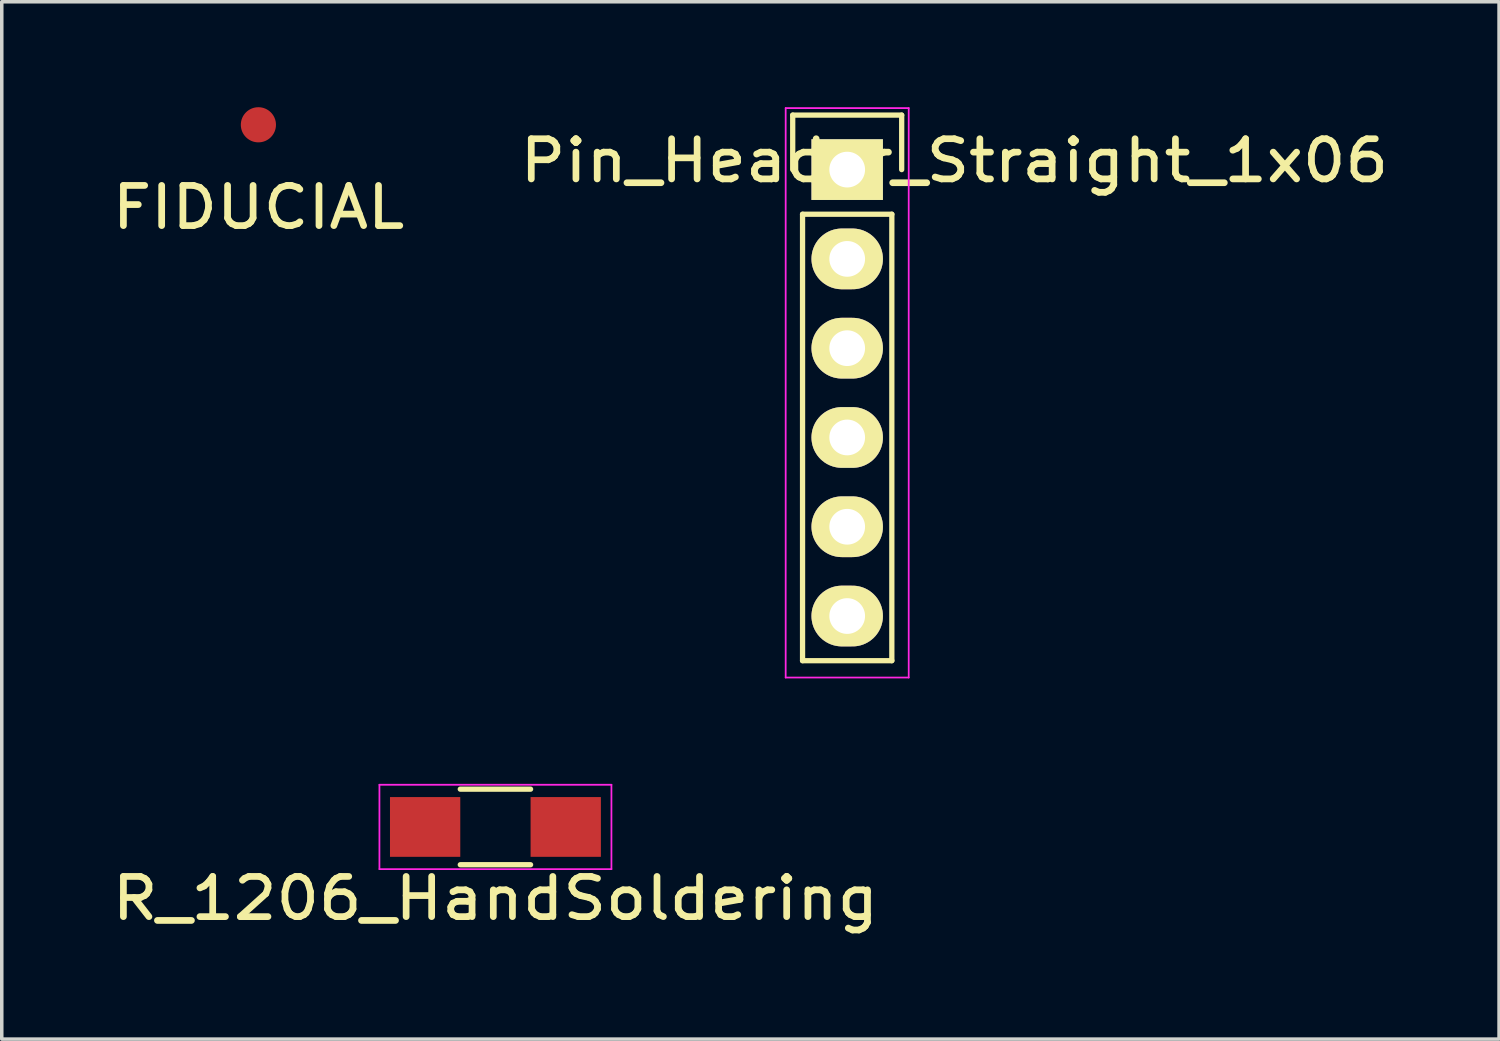
<source format=kicad_pcb>
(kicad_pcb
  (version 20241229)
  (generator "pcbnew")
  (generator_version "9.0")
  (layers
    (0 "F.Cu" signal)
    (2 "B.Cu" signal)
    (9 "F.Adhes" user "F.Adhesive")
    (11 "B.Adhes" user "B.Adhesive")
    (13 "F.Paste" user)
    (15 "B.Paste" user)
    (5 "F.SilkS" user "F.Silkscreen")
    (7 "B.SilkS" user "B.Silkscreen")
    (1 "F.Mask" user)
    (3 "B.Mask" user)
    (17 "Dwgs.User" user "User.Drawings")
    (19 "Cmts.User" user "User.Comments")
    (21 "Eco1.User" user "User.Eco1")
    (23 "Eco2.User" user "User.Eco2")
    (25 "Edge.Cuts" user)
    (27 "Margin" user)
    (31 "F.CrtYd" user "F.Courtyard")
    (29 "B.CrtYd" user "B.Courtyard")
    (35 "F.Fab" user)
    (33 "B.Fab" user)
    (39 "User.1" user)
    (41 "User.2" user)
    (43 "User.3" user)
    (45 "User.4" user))
  (footprint "FIDUCIAL"
    (layer "F.Cu")
    (at 4.301 0.5)
    (property "Reference" "FIDUCIAL" (at 0 2.349 0) (layer "F.SilkS") (effects (font (size 1.143 1.27) (thickness 0.191))))
    (attr through_hole)
    (pad "1" smd circle (at 0 0) (size 1 1) (layers "F.Cu" "F.Mask")))
  (footprint "Pin_Header_Straight_1x06"
    (layer "F.Cu")
    (at 21.051 1.775)
    (property "Reference" "Pin_Header_Straight_1x06" (at 3.048 -0.254 0) (layer "F.SilkS") (effects (font (size 1.143 1.27) (thickness 0.191))))
    (attr through_hole)
    (fp_line (start -1.55 -1.55) (end 1.55 -1.55) (stroke (width 0.15) (type solid)) (layer "F.SilkS"))
    (fp_line (start -1.55 0) (end -1.55 -1.55) (stroke (width 0.15) (type solid)) (layer "F.SilkS"))
    (fp_line (start -1.27 13.97) (end -1.27 1.27) (stroke (width 0.15) (type solid)) (layer "F.SilkS"))
    (fp_line (start 1.27 1.27) (end -1.27 1.27) (stroke (width 0.15) (type solid)) (layer "F.SilkS"))
    (fp_line (start 1.27 1.27) (end 1.27 13.97) (stroke (width 0.15) (type solid)) (layer "F.SilkS"))
    (fp_line (start 1.27 13.97) (end -1.27 13.97) (stroke (width 0.15) (type solid)) (layer "F.SilkS"))
    (fp_line (start 1.55 -1.55) (end 1.55 0) (stroke (width 0.15) (type solid)) (layer "F.SilkS"))
    (fp_line (start -1.75 -1.75) (end -1.75 14.45) (stroke (width 0.05) (type solid)) (layer "F.CrtYd"))
    (fp_line (start -1.75 -1.75) (end 1.75 -1.75) (stroke (width 0.05) (type solid)) (layer "F.CrtYd"))
    (fp_line (start -1.75 14.45) (end 1.75 14.45) (stroke (width 0.05) (type solid)) (layer "F.CrtYd"))
    (fp_line (start 1.75 -1.75) (end 1.75 14.45) (stroke (width 0.05) (type solid)) (layer "F.CrtYd"))
    (pad "1" thru_hole rect (at 0 0) (size 2.032 1.727) (drill 1.016) (layers "*.Cu" "*.Mask" "F.SilkS"))
    (pad "2" thru_hole oval (at 0 2.54) (size 2.032 1.727) (drill 1.016) (layers "*.Cu" "*.Mask" "F.SilkS"))
    (pad "3" thru_hole oval (at 0 5.08) (size 2.032 1.727) (drill 1.016) (layers "*.Cu" "*.Mask" "F.SilkS"))
    (pad "4" thru_hole oval (at 0 7.62) (size 2.032 1.727) (drill 1.016) (layers "*.Cu" "*.Mask" "F.SilkS"))
    (pad "5" thru_hole oval (at 0 10.16) (size 2.032 1.727) (drill 1.016) (layers "*.Cu" "*.Mask" "F.SilkS"))
    (pad "6" thru_hole oval (at 0 12.7) (size 2.032 1.727) (drill 1.016) (layers "*.Cu" "*.Mask" "F.SilkS")))
  (footprint "R_1206_HandSoldering"
    (layer "F.Cu")
    (at 11.044 20.475)
    (property "Reference" "R_1206_HandSoldering" (at 0 2.032 180) (layer "F.SilkS") (effects (font (size 1.143 1.27) (thickness 0.191))))
    (attr smd)
    (fp_line (start -1 -1.075) (end 1 -1.075) (stroke (width 0.15) (type solid)) (layer "F.SilkS"))
    (fp_line (start 1 1.075) (end -1 1.075) (stroke (width 0.15) (type solid)) (layer "F.SilkS"))
    (fp_line (start -3.3 -1.2) (end -3.3 1.2) (stroke (width 0.05) (type solid)) (layer "F.CrtYd"))
    (fp_line (start -3.3 -1.2) (end 3.3 -1.2) (stroke (width 0.05) (type solid)) (layer "F.CrtYd"))
    (fp_line (start -3.3 1.2) (end 3.3 1.2) (stroke (width 0.05) (type solid)) (layer "F.CrtYd"))
    (fp_line (start 3.3 -1.2) (end 3.3 1.2) (stroke (width 0.05) (type solid)) (layer "F.CrtYd"))
    (pad "1" smd rect (at -2 0) (size 2 1.7) (layers "F.Cu" "F.Mask"))
    (pad "2" smd rect (at 2 0) (size 2 1.7) (layers "F.Cu" "F.Mask")))
  (gr_rect
    (start -3 -3)
    (end 39.595 26.51)
    (stroke (width 0.1) (type default))
    (fill no)
    (layer "Edge.Cuts")))
</source>
